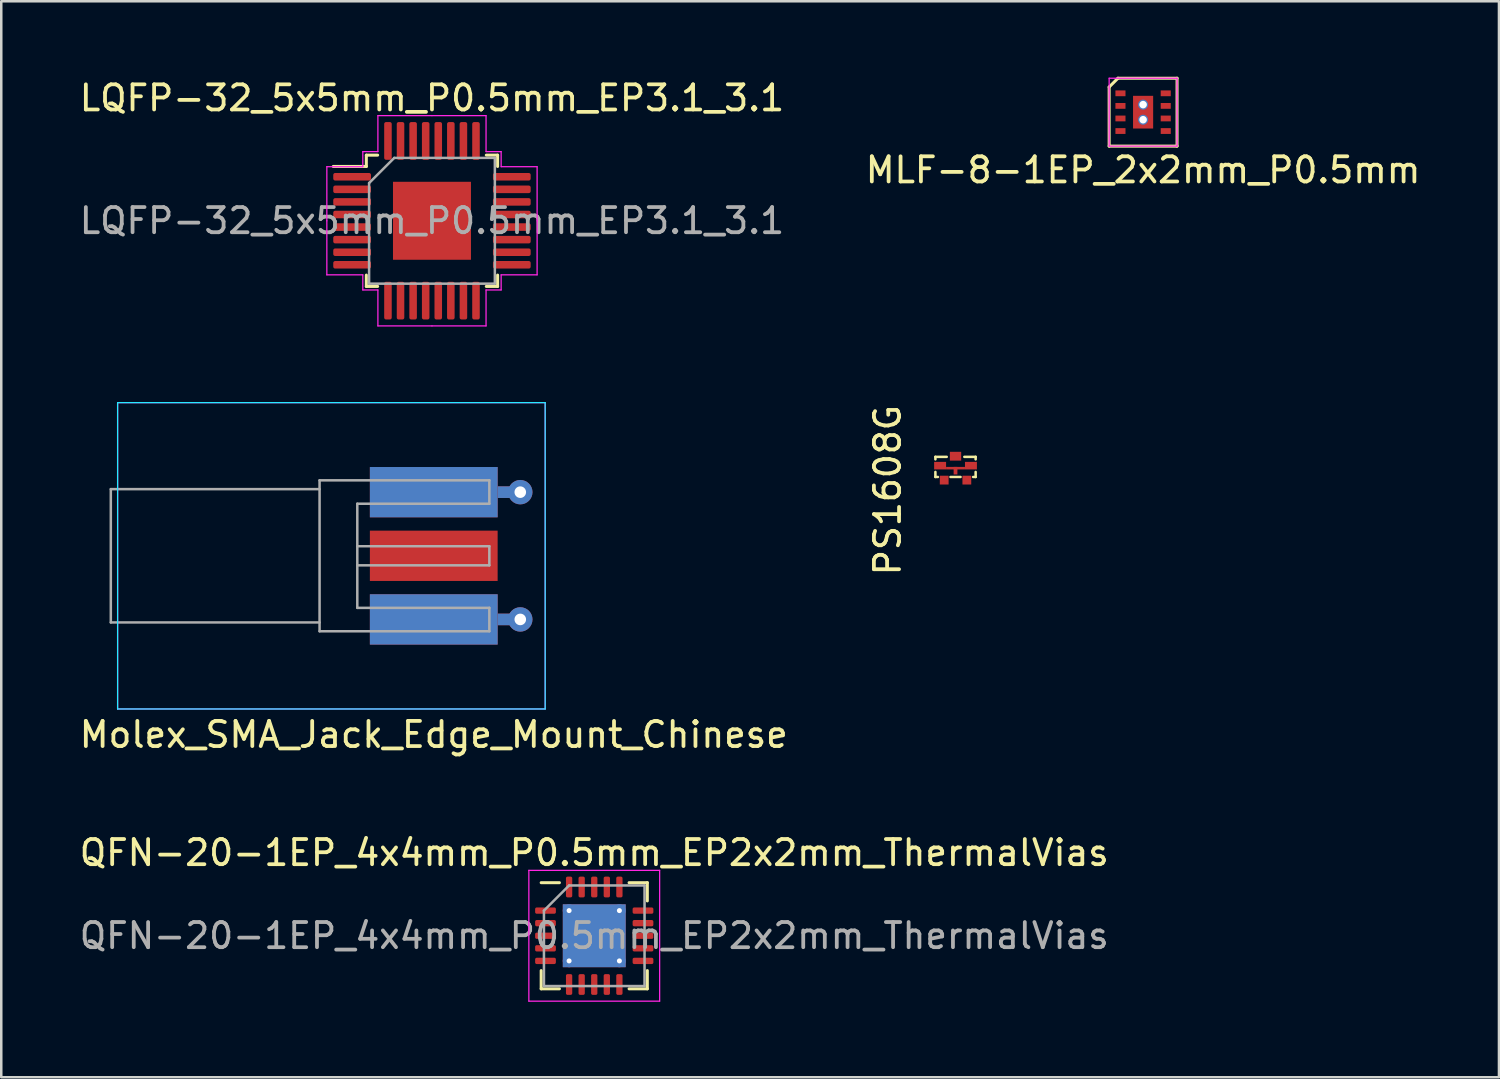
<source format=kicad_pcb>
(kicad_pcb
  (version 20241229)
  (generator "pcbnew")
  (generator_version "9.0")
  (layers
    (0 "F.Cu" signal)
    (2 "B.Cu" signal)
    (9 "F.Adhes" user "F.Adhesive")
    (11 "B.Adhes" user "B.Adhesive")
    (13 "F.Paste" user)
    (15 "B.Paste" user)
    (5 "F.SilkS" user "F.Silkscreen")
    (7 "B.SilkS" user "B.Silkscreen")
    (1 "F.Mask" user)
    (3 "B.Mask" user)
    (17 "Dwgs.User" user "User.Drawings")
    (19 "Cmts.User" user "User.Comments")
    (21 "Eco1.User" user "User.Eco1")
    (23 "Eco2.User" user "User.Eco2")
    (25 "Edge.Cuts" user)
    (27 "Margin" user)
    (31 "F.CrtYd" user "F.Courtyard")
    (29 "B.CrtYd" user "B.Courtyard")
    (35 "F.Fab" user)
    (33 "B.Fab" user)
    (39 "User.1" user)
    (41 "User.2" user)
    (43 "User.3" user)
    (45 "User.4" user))
  (footprint "QFN-20-1EP_4x4mm_P0.5mm_EP2x2mm_ThermalVias"
    (layer "F.Cu")
    (at 20.577 34.155)
    (property "Reference" "QFN-20-1EP_4x4mm_P0.5mm_EP2x2mm_ThermalVias" (at 0 -3.3 0) (layer "F.SilkS") (effects (font (size 1 1) (thickness 0.15))))
    (attr smd)
    (fp_line (start -2.11 2.11) (end -2.11 1.385) (stroke (width 0.12) (type solid)) (layer "F.SilkS"))
    (fp_line (start -1.385 -2.11) (end -2.11 -2.11) (stroke (width 0.12) (type solid)) (layer "F.SilkS"))
    (fp_line (start -1.385 2.11) (end -2.11 2.11) (stroke (width 0.12) (type solid)) (layer "F.SilkS"))
    (fp_line (start 1.385 -2.11) (end 2.11 -2.11) (stroke (width 0.12) (type solid)) (layer "F.SilkS"))
    (fp_line (start 1.385 2.11) (end 2.11 2.11) (stroke (width 0.12) (type solid)) (layer "F.SilkS"))
    (fp_line (start 2.11 -2.11) (end 2.11 -1.385) (stroke (width 0.12) (type solid)) (layer "F.SilkS"))
    (fp_line (start 2.11 2.11) (end 2.11 1.385) (stroke (width 0.12) (type solid)) (layer "F.SilkS"))
    (fp_line (start -2.6 -2.6) (end -2.6 2.6) (stroke (width 0.05) (type solid)) (layer "F.CrtYd"))
    (fp_line (start -2.6 2.6) (end 2.6 2.6) (stroke (width 0.05) (type solid)) (layer "F.CrtYd"))
    (fp_line (start 2.6 -2.6) (end -2.6 -2.6) (stroke (width 0.05) (type solid)) (layer "F.CrtYd"))
    (fp_line (start 2.6 2.6) (end 2.6 -2.6) (stroke (width 0.05) (type solid)) (layer "F.CrtYd"))
    (fp_line (start -2 -1) (end -1 -2) (stroke (width 0.1) (type solid)) (layer "F.Fab"))
    (fp_line (start -2 2) (end -2 -1) (stroke (width 0.1) (type solid)) (layer "F.Fab"))
    (fp_line (start -1 -2) (end 2 -2) (stroke (width 0.1) (type solid)) (layer "F.Fab"))
    (fp_line (start 2 -2) (end 2 2) (stroke (width 0.1) (type solid)) (layer "F.Fab"))
    (fp_line (start 2 2) (end -2 2) (stroke (width 0.1) (type solid)) (layer "F.Fab"))
    (fp_text user "${REFERENCE}" (at 0 0 0) (layer "F.Fab") (effects (font (size 1 1) (thickness 0.15))))
    (pad "" smd roundrect (at -0.625 -0.625) (size 1.08 1.08) (layers "F.Paste") (roundrect_rratio 0.231))
    (pad "" smd roundrect (at -0.625 0.625) (size 1.08 1.08) (layers "F.Paste") (roundrect_rratio 0.231))
    (pad "" smd roundrect (at 0.625 -0.625) (size 1.08 1.08) (layers "F.Paste") (roundrect_rratio 0.231))
    (pad "" smd roundrect (at 0.625 0.625) (size 1.08 1.08) (layers "F.Paste") (roundrect_rratio 0.231))
    (pad "1" smd roundrect (at -1.938 -1) (size 0.825 0.25) (layers "F.Cu" "F.Mask" "F.Paste") (roundrect_rratio 0.25))
    (pad "2" smd roundrect (at -1.938 -0.5) (size 0.825 0.25) (layers "F.Cu" "F.Mask" "F.Paste") (roundrect_rratio 0.25))
    (pad "3" smd roundrect (at -1.938 0) (size 0.825 0.25) (layers "F.Cu" "F.Mask" "F.Paste") (roundrect_rratio 0.25))
    (pad "4" smd roundrect (at -1.938 0.5) (size 0.825 0.25) (layers "F.Cu" "F.Mask" "F.Paste") (roundrect_rratio 0.25))
    (pad "5" smd roundrect (at -1.938 1) (size 0.825 0.25) (layers "F.Cu" "F.Mask" "F.Paste") (roundrect_rratio 0.25))
    (pad "6" smd roundrect (at -1 1.938) (size 0.25 0.825) (layers "F.Cu" "F.Mask" "F.Paste") (roundrect_rratio 0.25))
    (pad "7" smd roundrect (at -0.5 1.938) (size 0.25 0.825) (layers "F.Cu" "F.Mask" "F.Paste") (roundrect_rratio 0.25))
    (pad "8" smd roundrect (at 0 1.938) (size 0.25 0.825) (layers "F.Cu" "F.Mask" "F.Paste") (roundrect_rratio 0.25))
    (pad "9" smd roundrect (at 0.5 1.938) (size 0.25 0.825) (layers "F.Cu" "F.Mask" "F.Paste") (roundrect_rratio 0.25))
    (pad "10" smd roundrect (at 1 1.938) (size 0.25 0.825) (layers "F.Cu" "F.Mask" "F.Paste") (roundrect_rratio 0.25))
    (pad "11" smd roundrect (at 1.938 1) (size 0.825 0.25) (layers "F.Cu" "F.Mask" "F.Paste") (roundrect_rratio 0.25))
    (pad "12" smd roundrect (at 1.938 0.5) (size 0.825 0.25) (layers "F.Cu" "F.Mask" "F.Paste") (roundrect_rratio 0.25))
    (pad "13" smd roundrect (at 1.938 0) (size 0.825 0.25) (layers "F.Cu" "F.Mask" "F.Paste") (roundrect_rratio 0.25))
    (pad "14" smd roundrect (at 1.938 -0.5) (size 0.825 0.25) (layers "F.Cu" "F.Mask" "F.Paste") (roundrect_rratio 0.25))
    (pad "15" smd roundrect (at 1.938 -1) (size 0.825 0.25) (layers "F.Cu" "F.Mask" "F.Paste") (roundrect_rratio 0.25))
    (pad "16" smd roundrect (at 1 -1.938) (size 0.25 0.825) (layers "F.Cu" "F.Mask" "F.Paste") (roundrect_rratio 0.25))
    (pad "17" smd roundrect (at 0.5 -1.938) (size 0.25 0.825) (layers "F.Cu" "F.Mask" "F.Paste") (roundrect_rratio 0.25))
    (pad "18" smd roundrect (at 0 -1.938) (size 0.25 0.825) (layers "F.Cu" "F.Mask" "F.Paste") (roundrect_rratio 0.25))
    (pad "19" smd roundrect (at -0.5 -1.938) (size 0.25 0.825) (layers "F.Cu" "F.Mask" "F.Paste") (roundrect_rratio 0.25))
    (pad "20" smd roundrect (at -1 -1.938) (size 0.25 0.825) (layers "F.Cu" "F.Mask" "F.Paste") (roundrect_rratio 0.25))
    (pad "21" thru_hole circle (at -1 -1) (size 0.5 0.5) (drill 0.2) (layers "*.Cu"))
    (pad "21" thru_hole circle (at -1 1) (size 0.5 0.5) (drill 0.2) (layers "*.Cu"))
    (pad "21" smd rect (at 0 0) (size 2.5 2.5) (layers "F.Cu" "F.Mask"))
    (pad "21" smd rect (at 0 0) (size 2.5 2.5) (layers "B.Cu"))
    (pad "21" thru_hole circle (at 1 -1) (size 0.5 0.5) (drill 0.2) (layers "*.Cu"))
    (pad "21" thru_hole circle (at 1 1) (size 0.5 0.5) (drill 0.2) (layers "*.Cu")))
  (footprint "Molex_SMA_Jack_Edge_Mount_Chinese"
    (layer "F.Cu")
    (at 15.916 19.048)
    (property "Reference" "Molex_SMA_Jack_Edge_Mount_Chinese" (at -1.72 7.11 0) (layer "F.SilkS") (effects (font (size 1 1) (thickness 0.15))))
    (attr smd)
    (fp_line (start -14.29 -6.09) (end -14.29 6.09) (stroke (width 0.05) (type solid)) (layer "B.CrtYd"))
    (fp_line (start -14.29 -6.09) (end 2.71 -6.09) (stroke (width 0.05) (type solid)) (layer "B.CrtYd"))
    (fp_line (start -14.29 6.09) (end 2.71 6.09) (stroke (width 0.05) (type solid)) (layer "B.CrtYd"))
    (fp_line (start 2.71 -6.09) (end 2.71 6.09) (stroke (width 0.05) (type solid)) (layer "B.CrtYd"))
    (fp_line (start -14.29 -6.09) (end -14.29 6.09) (stroke (width 0.05) (type solid)) (layer "F.CrtYd"))
    (fp_line (start -14.29 6.09) (end 2.71 6.09) (stroke (width 0.05) (type solid)) (layer "F.CrtYd"))
    (fp_line (start 2.71 -6.09) (end -14.29 -6.09) (stroke (width 0.05) (type solid)) (layer "F.CrtYd"))
    (fp_line (start 2.71 -6.09) (end 2.71 6.09) (stroke (width 0.05) (type solid)) (layer "F.CrtYd"))
    (fp_line (start -14.56 -2.65) (end -14.56 2.65) (stroke (width 0.1) (type solid)) (layer "F.Fab"))
    (fp_line (start -14.56 -2.65) (end -6.26 -2.65) (stroke (width 0.1) (type solid)) (layer "F.Fab"))
    (fp_line (start -14.56 2.65) (end -6.26 2.65) (stroke (width 0.1) (type solid)) (layer "F.Fab"))
    (fp_line (start -6.26 -3) (end -6.26 3) (stroke (width 0.1) (type solid)) (layer "F.Fab"))
    (fp_line (start -6.26 3) (end 0.49 3) (stroke (width 0.1) (type solid)) (layer "F.Fab"))
    (fp_line (start -4.76 -2.07) (end -4.76 2.07) (stroke (width 0.1) (type solid)) (layer "F.Fab"))
    (fp_line (start -4.76 -2.07) (end 0.49 -2.07) (stroke (width 0.1) (type solid)) (layer "F.Fab"))
    (fp_line (start -4.76 -0.38) (end 0.49 -0.38) (stroke (width 0.1) (type solid)) (layer "F.Fab"))
    (fp_line (start -4.76 0.38) (end 0.49 0.38) (stroke (width 0.1) (type solid)) (layer "F.Fab"))
    (fp_line (start -4.76 2.07) (end 0.49 2.07) (stroke (width 0.1) (type solid)) (layer "F.Fab"))
    (fp_line (start 0.49 -3) (end -6.26 -3) (stroke (width 0.1) (type solid)) (layer "F.Fab"))
    (fp_line (start 0.49 -3) (end 0.49 -2.07) (stroke (width 0.1) (type solid)) (layer "F.Fab"))
    (fp_line (start 0.49 -0.38) (end 0.49 0.38) (stroke (width 0.1) (type solid)) (layer "F.Fab"))
    (fp_line (start 0.49 2.07) (end 0.49 3) (stroke (width 0.1) (type solid)) (layer "F.Fab"))
    (pad "1" smd rect (at -1.72 0) (size 5.08 2) (layers "F.Cu" "F.Mask" "F.Paste"))
    (pad "2" smd rect (at -1.72 -2.53) (size 5.08 2) (layers "F.Cu" "F.Mask" "F.Paste"))
    (pad "2" smd rect (at -1.72 -2.53) (size 5.08 2) (layers "B.Cu" "B.Mask" "B.Paste"))
    (pad "2" smd rect (at -1.72 2.53) (size 5.08 2) (layers "F.Cu" "F.Mask" "F.Paste"))
    (pad "2" smd rect (at -1.72 2.53) (size 5.08 2) (layers "B.Cu" "B.Mask" "B.Paste"))
    (pad "2" smd rect (at 1.27 -2.53) (size 0.89 0.46) (layers "F.Cu"))
    (pad "2" smd rect (at 1.27 -2.53) (size 0.89 0.46) (layers "B.Cu"))
    (pad "2" smd rect (at 1.27 2.53) (size 0.89 0.46) (layers "F.Cu"))
    (pad "2" smd rect (at 1.27 2.53) (size 0.89 0.46) (layers "B.Cu"))
    (pad "2" thru_hole circle (at 1.72 -2.53) (size 0.97 0.97) (drill 0.46) (layers "*.Cu"))
    (pad "2" thru_hole circle (at 1.72 2.53) (size 0.97 0.97) (drill 0.46) (layers "*.Cu")))
  (footprint "LQFP-32_5x5mm_P0.5mm_EP3.1_3.1"
    (layer "F.Cu")
    (at 14.125 5.728)
    (property "Reference" "LQFP-32_5x5mm_P0.5mm_EP3.1_3.1" (at 0 -4.88 0) (layer "F.SilkS") (effects (font (size 1 1) (thickness 0.15))))
    (attr smd)
    (fp_line (start -2.61 -2.61) (end -2.61 -2.16) (stroke (width 0.12) (type solid)) (layer "F.SilkS"))
    (fp_line (start -2.61 -2.16) (end -3.925 -2.16) (stroke (width 0.12) (type solid)) (layer "F.SilkS"))
    (fp_line (start -2.61 2.61) (end -2.61 2.16) (stroke (width 0.12) (type solid)) (layer "F.SilkS"))
    (fp_line (start -2.16 -2.61) (end -2.61 -2.61) (stroke (width 0.12) (type solid)) (layer "F.SilkS"))
    (fp_line (start -2.16 2.61) (end -2.61 2.61) (stroke (width 0.12) (type solid)) (layer "F.SilkS"))
    (fp_line (start 2.16 -2.61) (end 2.61 -2.61) (stroke (width 0.12) (type solid)) (layer "F.SilkS"))
    (fp_line (start 2.16 2.61) (end 2.61 2.61) (stroke (width 0.12) (type solid)) (layer "F.SilkS"))
    (fp_line (start 2.61 -2.61) (end 2.61 -2.16) (stroke (width 0.12) (type solid)) (layer "F.SilkS"))
    (fp_line (start 2.61 2.61) (end 2.61 2.16) (stroke (width 0.12) (type solid)) (layer "F.SilkS"))
    (fp_line (start -4.18 -2.15) (end -4.18 0) (stroke (width 0.05) (type solid)) (layer "F.CrtYd"))
    (fp_line (start -4.18 2.15) (end -4.18 0) (stroke (width 0.05) (type solid)) (layer "F.CrtYd"))
    (fp_line (start -2.75 -2.75) (end -2.75 -2.15) (stroke (width 0.05) (type solid)) (layer "F.CrtYd"))
    (fp_line (start -2.75 -2.15) (end -4.18 -2.15) (stroke (width 0.05) (type solid)) (layer "F.CrtYd"))
    (fp_line (start -2.75 2.15) (end -4.18 2.15) (stroke (width 0.05) (type solid)) (layer "F.CrtYd"))
    (fp_line (start -2.75 2.75) (end -2.75 2.15) (stroke (width 0.05) (type solid)) (layer "F.CrtYd"))
    (fp_line (start -2.15 -4.18) (end -2.15 -2.75) (stroke (width 0.05) (type solid)) (layer "F.CrtYd"))
    (fp_line (start -2.15 -2.75) (end -2.75 -2.75) (stroke (width 0.05) (type solid)) (layer "F.CrtYd"))
    (fp_line (start -2.15 2.75) (end -2.75 2.75) (stroke (width 0.05) (type solid)) (layer "F.CrtYd"))
    (fp_line (start -2.15 4.18) (end -2.15 2.75) (stroke (width 0.05) (type solid)) (layer "F.CrtYd"))
    (fp_line (start 0 -4.18) (end -2.15 -4.18) (stroke (width 0.05) (type solid)) (layer "F.CrtYd"))
    (fp_line (start 0 -4.18) (end 2.15 -4.18) (stroke (width 0.05) (type solid)) (layer "F.CrtYd"))
    (fp_line (start 0 4.18) (end -2.15 4.18) (stroke (width 0.05) (type solid)) (layer "F.CrtYd"))
    (fp_line (start 0 4.18) (end 2.15 4.18) (stroke (width 0.05) (type solid)) (layer "F.CrtYd"))
    (fp_line (start 2.15 -4.18) (end 2.15 -2.75) (stroke (width 0.05) (type solid)) (layer "F.CrtYd"))
    (fp_line (start 2.15 -2.75) (end 2.75 -2.75) (stroke (width 0.05) (type solid)) (layer "F.CrtYd"))
    (fp_line (start 2.15 2.75) (end 2.75 2.75) (stroke (width 0.05) (type solid)) (layer "F.CrtYd"))
    (fp_line (start 2.15 4.18) (end 2.15 2.75) (stroke (width 0.05) (type solid)) (layer "F.CrtYd"))
    (fp_line (start 2.75 -2.75) (end 2.75 -2.15) (stroke (width 0.05) (type solid)) (layer "F.CrtYd"))
    (fp_line (start 2.75 -2.15) (end 4.18 -2.15) (stroke (width 0.05) (type solid)) (layer "F.CrtYd"))
    (fp_line (start 2.75 2.15) (end 4.18 2.15) (stroke (width 0.05) (type solid)) (layer "F.CrtYd"))
    (fp_line (start 2.75 2.75) (end 2.75 2.15) (stroke (width 0.05) (type solid)) (layer "F.CrtYd"))
    (fp_line (start 4.18 -2.15) (end 4.18 0) (stroke (width 0.05) (type solid)) (layer "F.CrtYd"))
    (fp_line (start 4.18 2.15) (end 4.18 0) (stroke (width 0.05) (type solid)) (layer "F.CrtYd"))
    (fp_line (start -2.5 -1.5) (end -1.5 -2.5) (stroke (width 0.1) (type solid)) (layer "F.Fab"))
    (fp_line (start -2.5 2.5) (end -2.5 -1.5) (stroke (width 0.1) (type solid)) (layer "F.Fab"))
    (fp_line (start -1.5 -2.5) (end 2.5 -2.5) (stroke (width 0.1) (type solid)) (layer "F.Fab"))
    (fp_line (start 2.5 -2.5) (end 2.5 2.5) (stroke (width 0.1) (type solid)) (layer "F.Fab"))
    (fp_line (start 2.5 2.5) (end -2.5 2.5) (stroke (width 0.1) (type solid)) (layer "F.Fab"))
    (fp_text user "${REFERENCE}" (at 0 0 0) (layer "F.Fab") (effects (font (size 1 1) (thickness 0.15))))
    (pad "1" smd roundrect (at -3.175 -1.75) (size 1.5 0.3) (layers "F.Cu" "F.Mask" "F.Paste") (roundrect_rratio 0.25))
    (pad "2" smd roundrect (at -3.175 -1.25) (size 1.5 0.3) (layers "F.Cu" "F.Mask" "F.Paste") (roundrect_rratio 0.25))
    (pad "3" smd roundrect (at -3.175 -0.75) (size 1.5 0.3) (layers "F.Cu" "F.Mask" "F.Paste") (roundrect_rratio 0.25))
    (pad "4" smd roundrect (at -3.175 -0.25) (size 1.5 0.3) (layers "F.Cu" "F.Mask" "F.Paste") (roundrect_rratio 0.25))
    (pad "5" smd roundrect (at -3.175 0.25) (size 1.5 0.3) (layers "F.Cu" "F.Mask" "F.Paste") (roundrect_rratio 0.25))
    (pad "6" smd roundrect (at -3.175 0.75) (size 1.5 0.3) (layers "F.Cu" "F.Mask" "F.Paste") (roundrect_rratio 0.25))
    (pad "7" smd roundrect (at -3.175 1.25) (size 1.5 0.3) (layers "F.Cu" "F.Mask" "F.Paste") (roundrect_rratio 0.25))
    (pad "8" smd roundrect (at -3.175 1.75) (size 1.5 0.3) (layers "F.Cu" "F.Mask" "F.Paste") (roundrect_rratio 0.25))
    (pad "9" smd roundrect (at -1.75 3.175) (size 0.3 1.5) (layers "F.Cu" "F.Mask" "F.Paste") (roundrect_rratio 0.25))
    (pad "10" smd roundrect (at -1.25 3.175) (size 0.3 1.5) (layers "F.Cu" "F.Mask" "F.Paste") (roundrect_rratio 0.25))
    (pad "11" smd roundrect (at -0.75 3.175) (size 0.3 1.5) (layers "F.Cu" "F.Mask" "F.Paste") (roundrect_rratio 0.25))
    (pad "12" smd roundrect (at -0.25 3.175) (size 0.3 1.5) (layers "F.Cu" "F.Mask" "F.Paste") (roundrect_rratio 0.25))
    (pad "13" smd roundrect (at 0.25 3.175) (size 0.3 1.5) (layers "F.Cu" "F.Mask" "F.Paste") (roundrect_rratio 0.25))
    (pad "14" smd roundrect (at 0.75 3.175) (size 0.3 1.5) (layers "F.Cu" "F.Mask" "F.Paste") (roundrect_rratio 0.25))
    (pad "15" smd roundrect (at 1.25 3.175) (size 0.3 1.5) (layers "F.Cu" "F.Mask" "F.Paste") (roundrect_rratio 0.25))
    (pad "16" smd roundrect (at 1.75 3.175) (size 0.3 1.5) (layers "F.Cu" "F.Mask" "F.Paste") (roundrect_rratio 0.25))
    (pad "17" smd roundrect (at 3.175 1.75) (size 1.5 0.3) (layers "F.Cu" "F.Mask" "F.Paste") (roundrect_rratio 0.25))
    (pad "18" smd roundrect (at 3.175 1.25) (size 1.5 0.3) (layers "F.Cu" "F.Mask" "F.Paste") (roundrect_rratio 0.25))
    (pad "19" smd roundrect (at 3.175 0.75) (size 1.5 0.3) (layers "F.Cu" "F.Mask" "F.Paste") (roundrect_rratio 0.25))
    (pad "20" smd roundrect (at 3.175 0.25) (size 1.5 0.3) (layers "F.Cu" "F.Mask" "F.Paste") (roundrect_rratio 0.25))
    (pad "21" smd roundrect (at 3.175 -0.25) (size 1.5 0.3) (layers "F.Cu" "F.Mask" "F.Paste") (roundrect_rratio 0.25))
    (pad "22" smd roundrect (at 3.175 -0.75) (size 1.5 0.3) (layers "F.Cu" "F.Mask" "F.Paste") (roundrect_rratio 0.25))
    (pad "23" smd roundrect (at 3.175 -1.25) (size 1.5 0.3) (layers "F.Cu" "F.Mask" "F.Paste") (roundrect_rratio 0.25))
    (pad "24" smd roundrect (at 3.175 -1.75) (size 1.5 0.3) (layers "F.Cu" "F.Mask" "F.Paste") (roundrect_rratio 0.25))
    (pad "25" smd roundrect (at 1.75 -3.175) (size 0.3 1.5) (layers "F.Cu" "F.Mask" "F.Paste") (roundrect_rratio 0.25))
    (pad "26" smd roundrect (at 1.25 -3.175) (size 0.3 1.5) (layers "F.Cu" "F.Mask" "F.Paste") (roundrect_rratio 0.25))
    (pad "27" smd roundrect (at 0.75 -3.175) (size 0.3 1.5) (layers "F.Cu" "F.Mask" "F.Paste") (roundrect_rratio 0.25))
    (pad "28" smd roundrect (at 0.25 -3.175) (size 0.3 1.5) (layers "F.Cu" "F.Mask" "F.Paste") (roundrect_rratio 0.25))
    (pad "29" smd roundrect (at -0.25 -3.175) (size 0.3 1.5) (layers "F.Cu" "F.Mask" "F.Paste") (roundrect_rratio 0.25))
    (pad "30" smd roundrect (at -0.75 -3.175) (size 0.3 1.5) (layers "F.Cu" "F.Mask" "F.Paste") (roundrect_rratio 0.25))
    (pad "31" smd roundrect (at -1.25 -3.175) (size 0.3 1.5) (layers "F.Cu" "F.Mask" "F.Paste") (roundrect_rratio 0.25))
    (pad "32" smd roundrect (at -1.75 -3.175) (size 0.3 1.5) (layers "F.Cu" "F.Mask" "F.Paste") (roundrect_rratio 0.25))
    (pad "33" smd rect (at 0 0) (size 3.1 3.1) (layers "F.Cu" "F.Mask" "F.Paste")))
  (footprint "PS1608G"
    (layer "F.Cu")
    (at 34.941 15.514)
    (property "Reference" "PS1608G" (at -2.7 0.925 90) (unlocked yes) (layer "F.SilkS") (effects (font (size 1 1) (thickness 0.15))))
    (attr through_hole)
    (fp_line (start -0.8 -0.4) (end -0.8 -0.3) (stroke (width 0.1) (type solid)) (layer "F.SilkS"))
    (fp_line (start -0.8 -0.4) (end -0.35 -0.4) (stroke (width 0.1) (type solid)) (layer "F.SilkS"))
    (fp_line (start -0.8 0.4) (end -0.8 0.2) (stroke (width 0.1) (type solid)) (layer "F.SilkS"))
    (fp_line (start -0.7 0.4) (end -0.8 0.4) (stroke (width 0.1) (type solid)) (layer "F.SilkS"))
    (fp_line (start 0.2 0.4) (end -0.2 0.4) (stroke (width 0.1) (type solid)) (layer "F.SilkS"))
    (fp_line (start 0.35 -0.4) (end 0.8 -0.4) (stroke (width 0.1) (type solid)) (layer "F.SilkS"))
    (fp_line (start 0.8 -0.4) (end 0.8 -0.3) (stroke (width 0.1) (type solid)) (layer "F.SilkS"))
    (fp_line (start 0.8 0.2) (end 0.8 0.4) (stroke (width 0.1) (type solid)) (layer "F.SilkS"))
    (fp_line (start 0.8 0.4) (end 0.7 0.4) (stroke (width 0.1) (type solid)) (layer "F.SilkS"))
    (pad "1" smd rect (at 0 -0.425) (size 0.45 0.35) (layers "F.Cu" "F.Mask" "F.Paste"))
    (pad "2" smd rect (at 0.45 0.525) (size 0.35 0.35) (layers "F.Cu" "F.Mask" "F.Paste"))
    (pad "3" smd rect (at -0.45 0.525) (size 0.35 0.35) (layers "F.Cu" "F.Mask" "F.Paste"))
    (pad "4" smd rect (at -0.613 -0.05) (size 0.475 0.3) (layers "F.Cu" "F.Mask" "F.Paste"))
    (pad "4" smd rect (at 0 0.05) (size 0.75 0.1) (layers "F.Cu" "F.Mask" "F.Paste"))
    (pad "4" smd rect (at 0 0.15) (size 0.15 0.3) (layers "F.Cu" "F.Mask" "F.Paste"))
    (pad "4" smd rect (at 0.613 -0.05) (size 0.475 0.3) (layers "F.Cu" "F.Mask" "F.Paste")))
  (footprint "MLF-8-1EP_2x2mm_P0.5mm"
    (layer "F.Cu")
    (at 42.399 1.41)
    (property "Reference" "MLF-8-1EP_2x2mm_P0.5mm" (at 0 2.3 0) (layer "F.SilkS") (effects (font (size 1 1) (thickness 0.15))))
    (attr through_hole)
    (fp_line (start -1.35 1.35) (end -1.35 -1) (stroke (width 0.12) (type default)) (layer "F.SilkS"))
    (fp_line (start -1 -1.35) (end -1.35 -1) (stroke (width 0.12) (type default)) (layer "F.SilkS"))
    (fp_line (start -1 -1.35) (end 1.35 -1.35) (stroke (width 0.12) (type default)) (layer "F.SilkS"))
    (fp_line (start 1.35 -1.35) (end 1.35 1.35) (stroke (width 0.12) (type default)) (layer "F.SilkS"))
    (fp_line (start 1.35 1.35) (end -1.35 1.35) (stroke (width 0.12) (type default)) (layer "F.SilkS"))
    (fp_line (start -1.35 -1.35) (end 1.35 -1.35) (stroke (width 0.05) (type default)) (layer "F.CrtYd"))
    (fp_line (start -1.35 1.35) (end -1.35 -1.35) (stroke (width 0.05) (type default)) (layer "F.CrtYd"))
    (fp_line (start 1.35 -1.35) (end 1.35 1.35) (stroke (width 0.05) (type default)) (layer "F.CrtYd"))
    (fp_line (start 1.35 1.35) (end -1.35 1.35) (stroke (width 0.05) (type default)) (layer "F.CrtYd"))
    (pad "1" smd rect (at -0.9 -0.75 270) (size 0.23 0.4) (layers "F.Cu" "F.Mask" "F.Paste"))
    (pad "2" smd rect (at -0.9 -0.25 270) (size 0.23 0.4) (layers "F.Cu" "F.Mask" "F.Paste"))
    (pad "3" smd rect (at -0.9 0.25 270) (size 0.23 0.4) (layers "F.Cu" "F.Mask" "F.Paste"))
    (pad "4" smd rect (at -0.9 0.75 270) (size 0.23 0.4) (layers "F.Cu" "F.Mask" "F.Paste"))
    (pad "5" smd rect (at 0.9 0.75 270) (size 0.23 0.4) (layers "F.Cu" "F.Mask" "F.Paste"))
    (pad "6" smd rect (at 0.9 0.25 270) (size 0.23 0.4) (layers "F.Cu" "F.Mask" "F.Paste"))
    (pad "7" smd rect (at 0.9 -0.25 270) (size 0.23 0.4) (layers "F.Cu" "F.Mask" "F.Paste"))
    (pad "8" smd rect (at 0.9 -0.75 270) (size 0.23 0.4) (layers "F.Cu" "F.Mask" "F.Paste"))
    (pad "9" smd rect (at 0 0) (size 0.8 1.3) (layers "F.Cu" "F.Mask" "F.Paste"))
    (pad "10" thru_hole circle (at 0 -0.3) (size 0.4 0.4) (drill 0.3) (layers "*.Cu" "*.Mask"))
    (pad "10" thru_hole circle (at 0 0.3) (size 0.4 0.4) (drill 0.3) (layers "*.Cu" "*.Mask")))
  (gr_rect
    (start -3 -3)
    (end 56.548 39.78)
    (stroke (width 0.1) (type default))
    (fill no)
    (layer "Edge.Cuts")))
</source>
